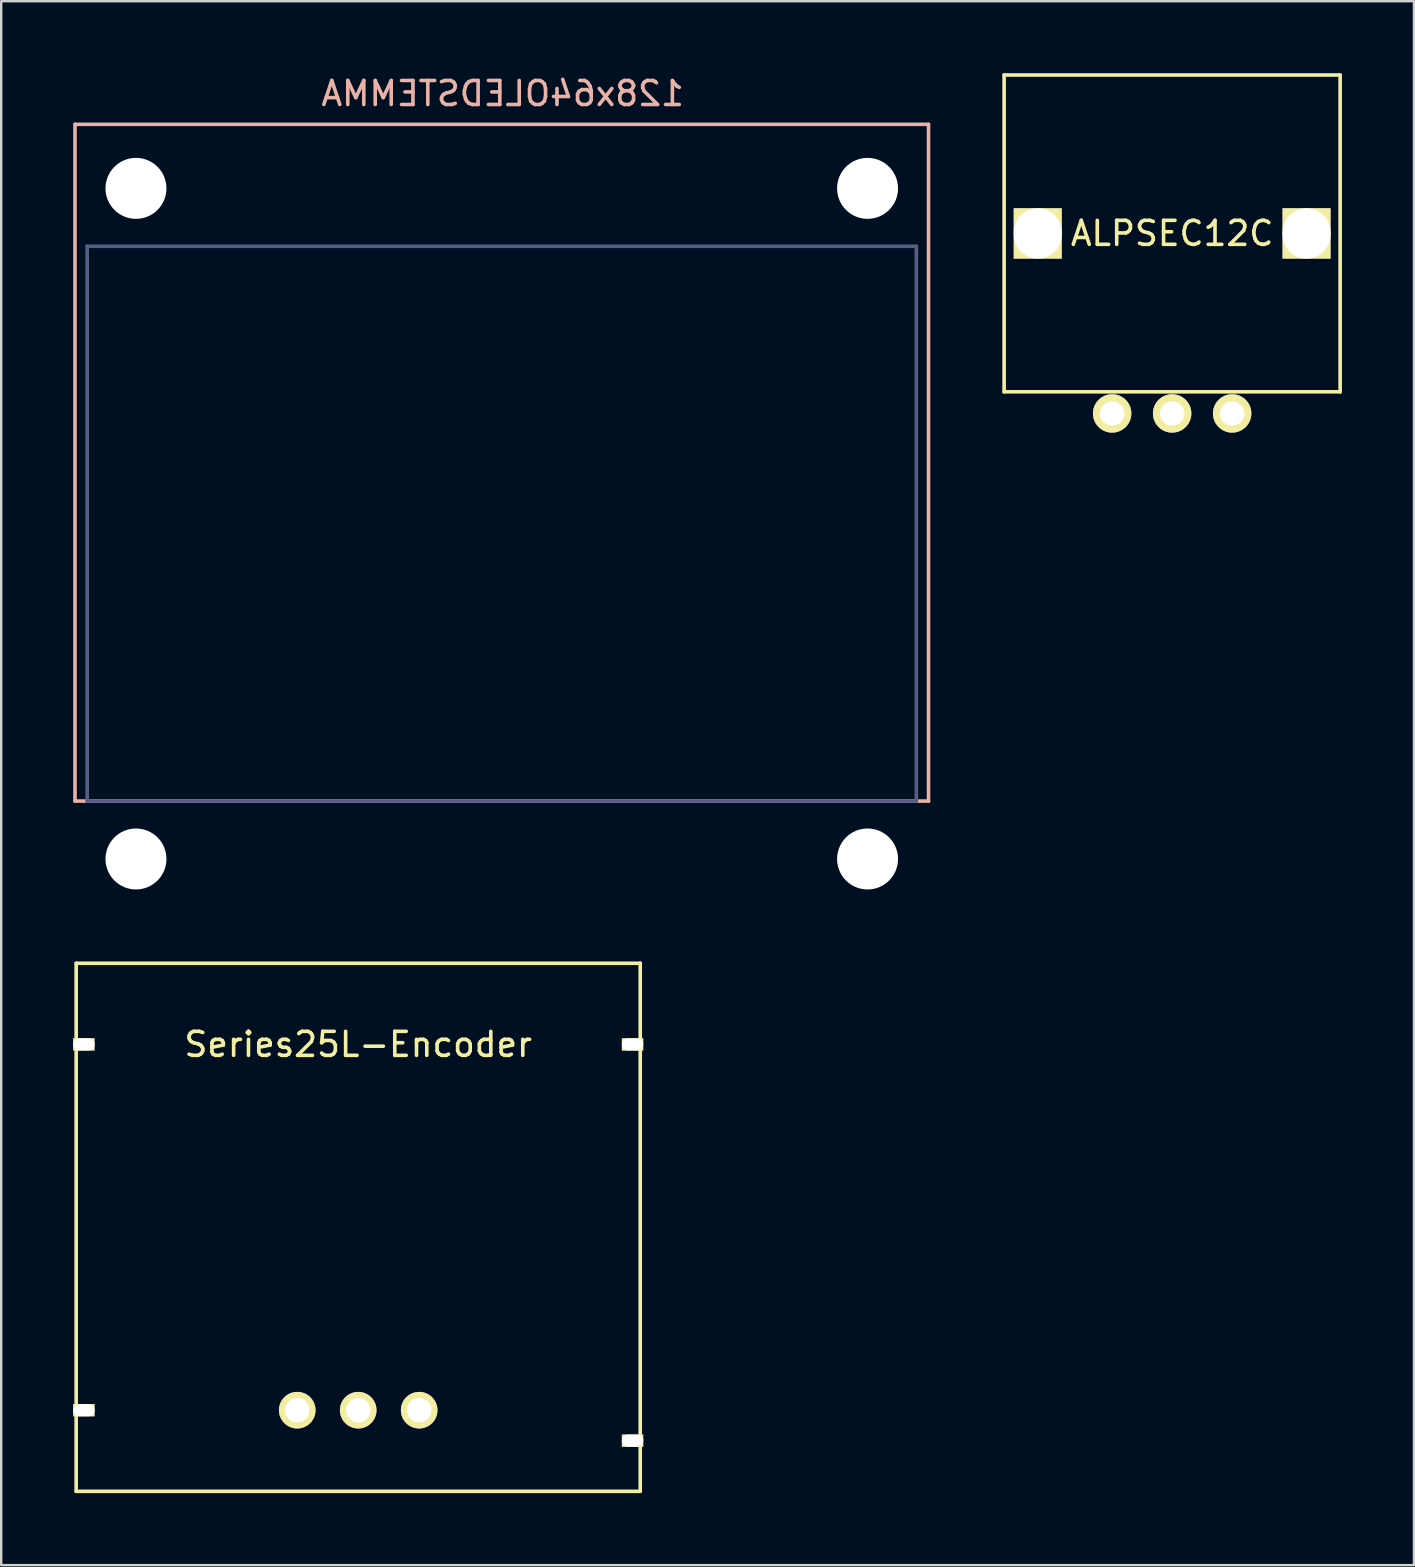
<source format=kicad_pcb>
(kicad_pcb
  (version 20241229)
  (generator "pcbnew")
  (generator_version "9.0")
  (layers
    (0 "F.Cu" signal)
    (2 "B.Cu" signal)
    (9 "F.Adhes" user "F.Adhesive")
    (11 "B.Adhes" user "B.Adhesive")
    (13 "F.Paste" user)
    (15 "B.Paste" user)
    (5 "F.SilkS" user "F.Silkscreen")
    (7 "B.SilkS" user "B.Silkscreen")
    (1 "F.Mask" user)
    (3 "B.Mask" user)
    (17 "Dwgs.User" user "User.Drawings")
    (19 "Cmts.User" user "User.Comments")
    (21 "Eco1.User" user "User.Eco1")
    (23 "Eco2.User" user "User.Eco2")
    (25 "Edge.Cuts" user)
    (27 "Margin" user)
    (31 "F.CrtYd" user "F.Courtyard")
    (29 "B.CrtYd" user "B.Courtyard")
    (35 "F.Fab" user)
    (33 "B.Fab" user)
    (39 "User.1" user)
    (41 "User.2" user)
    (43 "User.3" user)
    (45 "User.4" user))
  (footprint "Series25L-Encoder"
    (layer "F.Cu")
    (at 11.874 48.083)
    (property "Reference" "Series25L-Encoder" (at 0 -7.62 0) (layer "F.SilkS") (effects (font (size 1 1) (thickness 0.15))))
    (attr through_hole)
    (fp_line (start -11.75 -11) (end 11.75 -11) (stroke (width 0.15) (type solid)) (layer "F.SilkS"))
    (fp_line (start -11.75 11) (end -11.75 -11) (stroke (width 0.15) (type solid)) (layer "F.SilkS"))
    (fp_line (start 11.75 -11) (end 11.75 11) (stroke (width 0.15) (type solid)) (layer "F.SilkS"))
    (fp_line (start 11.75 11) (end -11.75 11) (stroke (width 0.15) (type solid)) (layer "F.SilkS"))
    (pad "" np_thru_hole rect (at -11.43 -7.62) (size 0.889 0.508) (drill oval 0.889 0.508) (layers "*.Cu" "*.Mask" "F.SilkS"))
    (pad "" np_thru_hole rect (at -11.43 7.62) (size 0.889 0.508) (drill oval 0.889 0.508) (layers "*.Cu" "*.Mask" "F.SilkS"))
    (pad "" np_thru_hole rect (at 11.43 -7.62) (size 0.889 0.508) (drill oval 0.889 0.508) (layers "*.Cu" "*.Mask" "F.SilkS"))
    (pad "" np_thru_hole rect (at 11.43 8.89) (size 0.889 0.508) (drill oval 0.889 0.508) (layers "*.Cu" "*.Mask" "F.SilkS"))
    (pad "1" thru_hole circle (at -2.54 7.62) (size 1.524 1.524) (drill 1.016) (layers "*.Cu" "*.Mask" "F.SilkS"))
    (pad "2" thru_hole circle (at 0 7.62) (size 1.524 1.524) (drill 1.016) (layers "*.Cu" "*.Mask" "F.SilkS"))
    (pad "3" thru_hole circle (at 2.54 7.62) (size 1.524 1.524) (drill 1.016) (layers "*.Cu" "*.Mask" "F.SilkS")))
  (footprint "128x64OLEDSTEMMA"
    (layer "F.Cu")
    (at 17.855 16.228)
    (property "Reference" "128x64OLEDSTEMMA" (at 0.038 -15.38 0) (layer "B.SilkS") (effects (font (size 1 1) (thickness 0.15)) (justify mirror)))
    (attr through_hole)
    (fp_line (start -17.78 -14.097) (end 17.78 -14.097) (stroke (width 0.15) (type solid)) (layer "B.SilkS"))
    (fp_line (start -17.78 14.097) (end -17.78 -14.097) (stroke (width 0.15) (type solid)) (layer "B.SilkS"))
    (fp_line (start 17.78 -14.097) (end 17.78 14.097) (stroke (width 0.15) (type solid)) (layer "B.SilkS"))
    (fp_line (start 17.78 14.097) (end -17.78 14.097) (stroke (width 0.15) (type solid)) (layer "B.SilkS"))
    (fp_line (start -17.272 -9.017) (end 17.272 -9.017) (stroke (width 0.15) (type solid)) (layer "B.Fab"))
    (fp_line (start -17.272 14.097) (end -17.272 -9.017) (stroke (width 0.15) (type solid)) (layer "B.Fab"))
    (fp_line (start 17.272 -9.017) (end 17.272 14.097) (stroke (width 0.15) (type solid)) (layer "B.Fab"))
    (fp_line (start 17.272 14.097) (end -17.272 14.097) (stroke (width 0.15) (type solid)) (layer "B.Fab"))
    (pad "" np_thru_hole circle (at -15.24 -11.43) (size 2.54 2.54) (drill 2.54) (layers "*.Cu"))
    (pad "" np_thru_hole circle (at -15.24 16.51) (size 2.54 2.54) (drill 2.54) (layers "*.Cu" "*.Mask"))
    (pad "" np_thru_hole circle (at 15.24 -11.43) (size 2.54 2.54) (drill 2.54) (layers "*.Cu" "*.Mask"))
    (pad "" np_thru_hole circle (at 15.24 16.51) (size 2.54 2.54) (drill 2.54) (layers "*.Cu" "*.Mask")))
  (footprint "ALPSEC12C"
    (layer "F.Cu")
    (at 45.785 6.675)
    (property "Reference" "ALPSEC12C" (at 0 0 0) (layer "F.SilkS") (effects (font (size 1 1) (thickness 0.15))))
    (attr through_hole)
    (fp_line (start -7 -6.6) (end 7 -6.6) (stroke (width 0.15) (type solid)) (layer "F.SilkS"))
    (fp_line (start -7 6.6) (end -7 -6.6) (stroke (width 0.15) (type solid)) (layer "F.SilkS"))
    (fp_line (start 7 -6.6) (end 7 6.6) (stroke (width 0.15) (type solid)) (layer "F.SilkS"))
    (fp_line (start 7 6.6) (end -7 6.6) (stroke (width 0.15) (type solid)) (layer "F.SilkS"))
    (pad "" np_thru_hole rect (at -5.6 0) (size 2 2.1) (drill oval 2 2.1) (layers "*.Cu" "*.Mask" "F.SilkS"))
    (pad "" np_thru_hole rect (at 5.6 0) (size 2 2.1) (drill oval 2 2.1) (layers "*.Cu" "*.Mask" "F.SilkS"))
    (pad "1" thru_hole circle (at -2.5 7.5) (size 1.6 1.6) (drill 1.016) (layers "*.Cu" "*.Mask" "F.SilkS"))
    (pad "2" thru_hole circle (at 0 7.5) (size 1.6 1.6) (drill 1.016) (layers "*.Cu" "*.Mask" "F.SilkS"))
    (pad "3" thru_hole circle (at 2.5 7.5) (size 1.6 1.6) (drill 1.016) (layers "*.Cu" "*.Mask" "F.SilkS")))
  (gr_rect
    (start -3 -3)
    (end 55.86 62.158)
    (stroke (width 0.1) (type default))
    (fill no)
    (layer "Edge.Cuts")))
</source>
